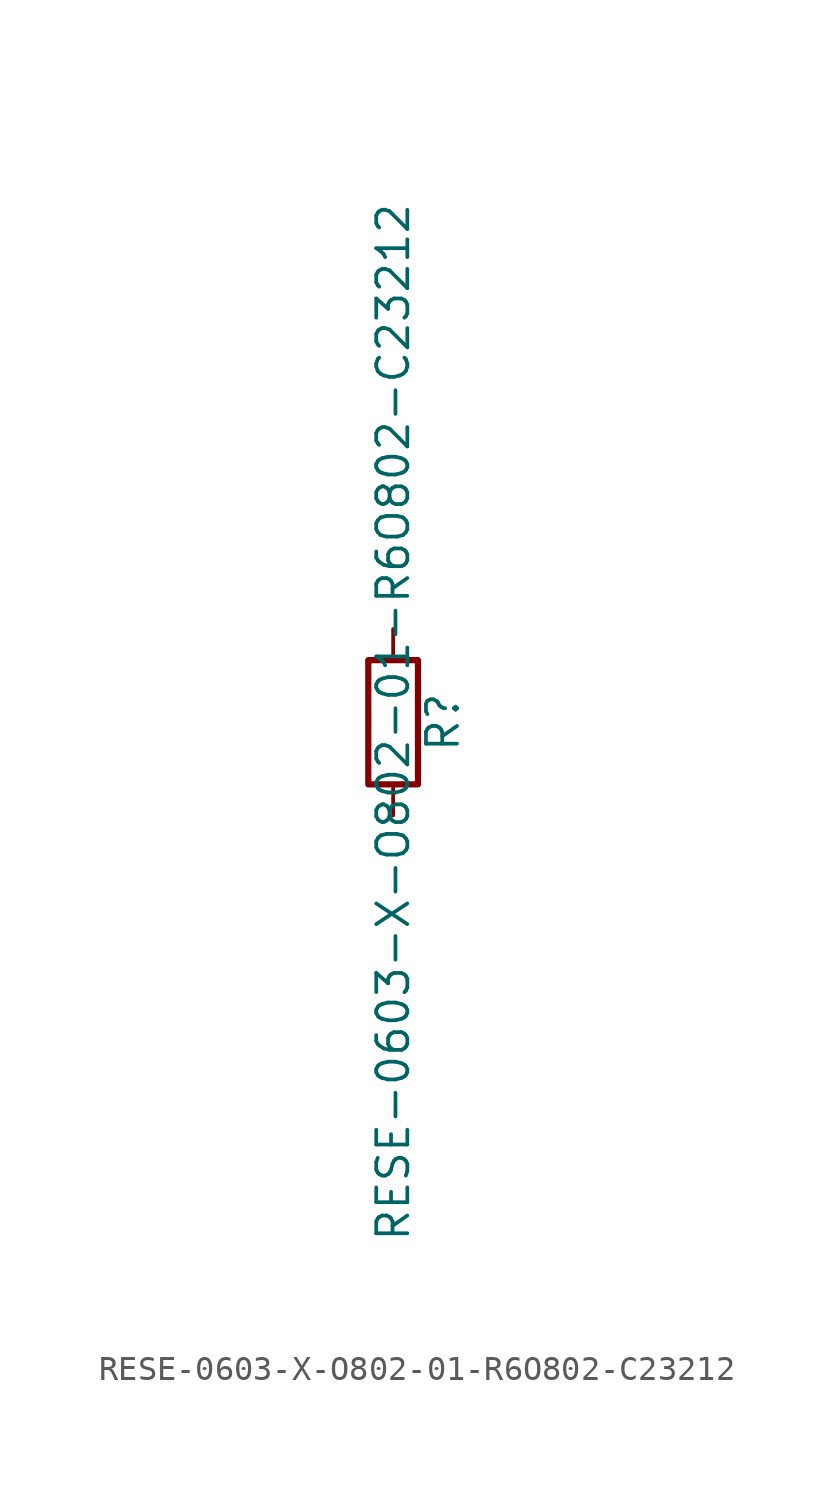
<source format=kicad_sym>
(kicad_symbol_lib
  (version 20211014)
  (generator kicad_symbol_editor)
  (symbol "RESE-0603-X-O802-01-R6O802-C23212"
    (pin_numbers hide)
    (pin_names
      (offset 0))
    (property "Reference" "R"
      (at 2.032 0 90)
      (effects (font (size 1.27 1.27))))
    (property "Value" "RESE-0603-X-O802-01-R6O802-C23212"
      (at 0 0 90)
      (effects (font (size 1.27 1.27))))
    (symbol "RESE-0603-X-O802-01-R6O802-C23212_0_1"
      (rectangle (start -1.016 -2.54) (end 1.016 2.54) (stroke (width 0.254) (type default) (color 0 0 0 0)) (fill (type none))))
    (symbol "RESE-0603-X-O802-01-R6O802-C23212_1_1"
      (pin passive line (at 0 3.81 270) (length 1.27) (name "~" (effects (font (size 1.27 1.27)))) (number "1" (effects (font (size 1.27 1.27)))))
      (pin passive line (at 0 -3.81 90) (length 1.27) (name "~" (effects (font (size 1.27 1.27)))) (number "2" (effects (font (size 1.27 1.27))))))))
</source>
